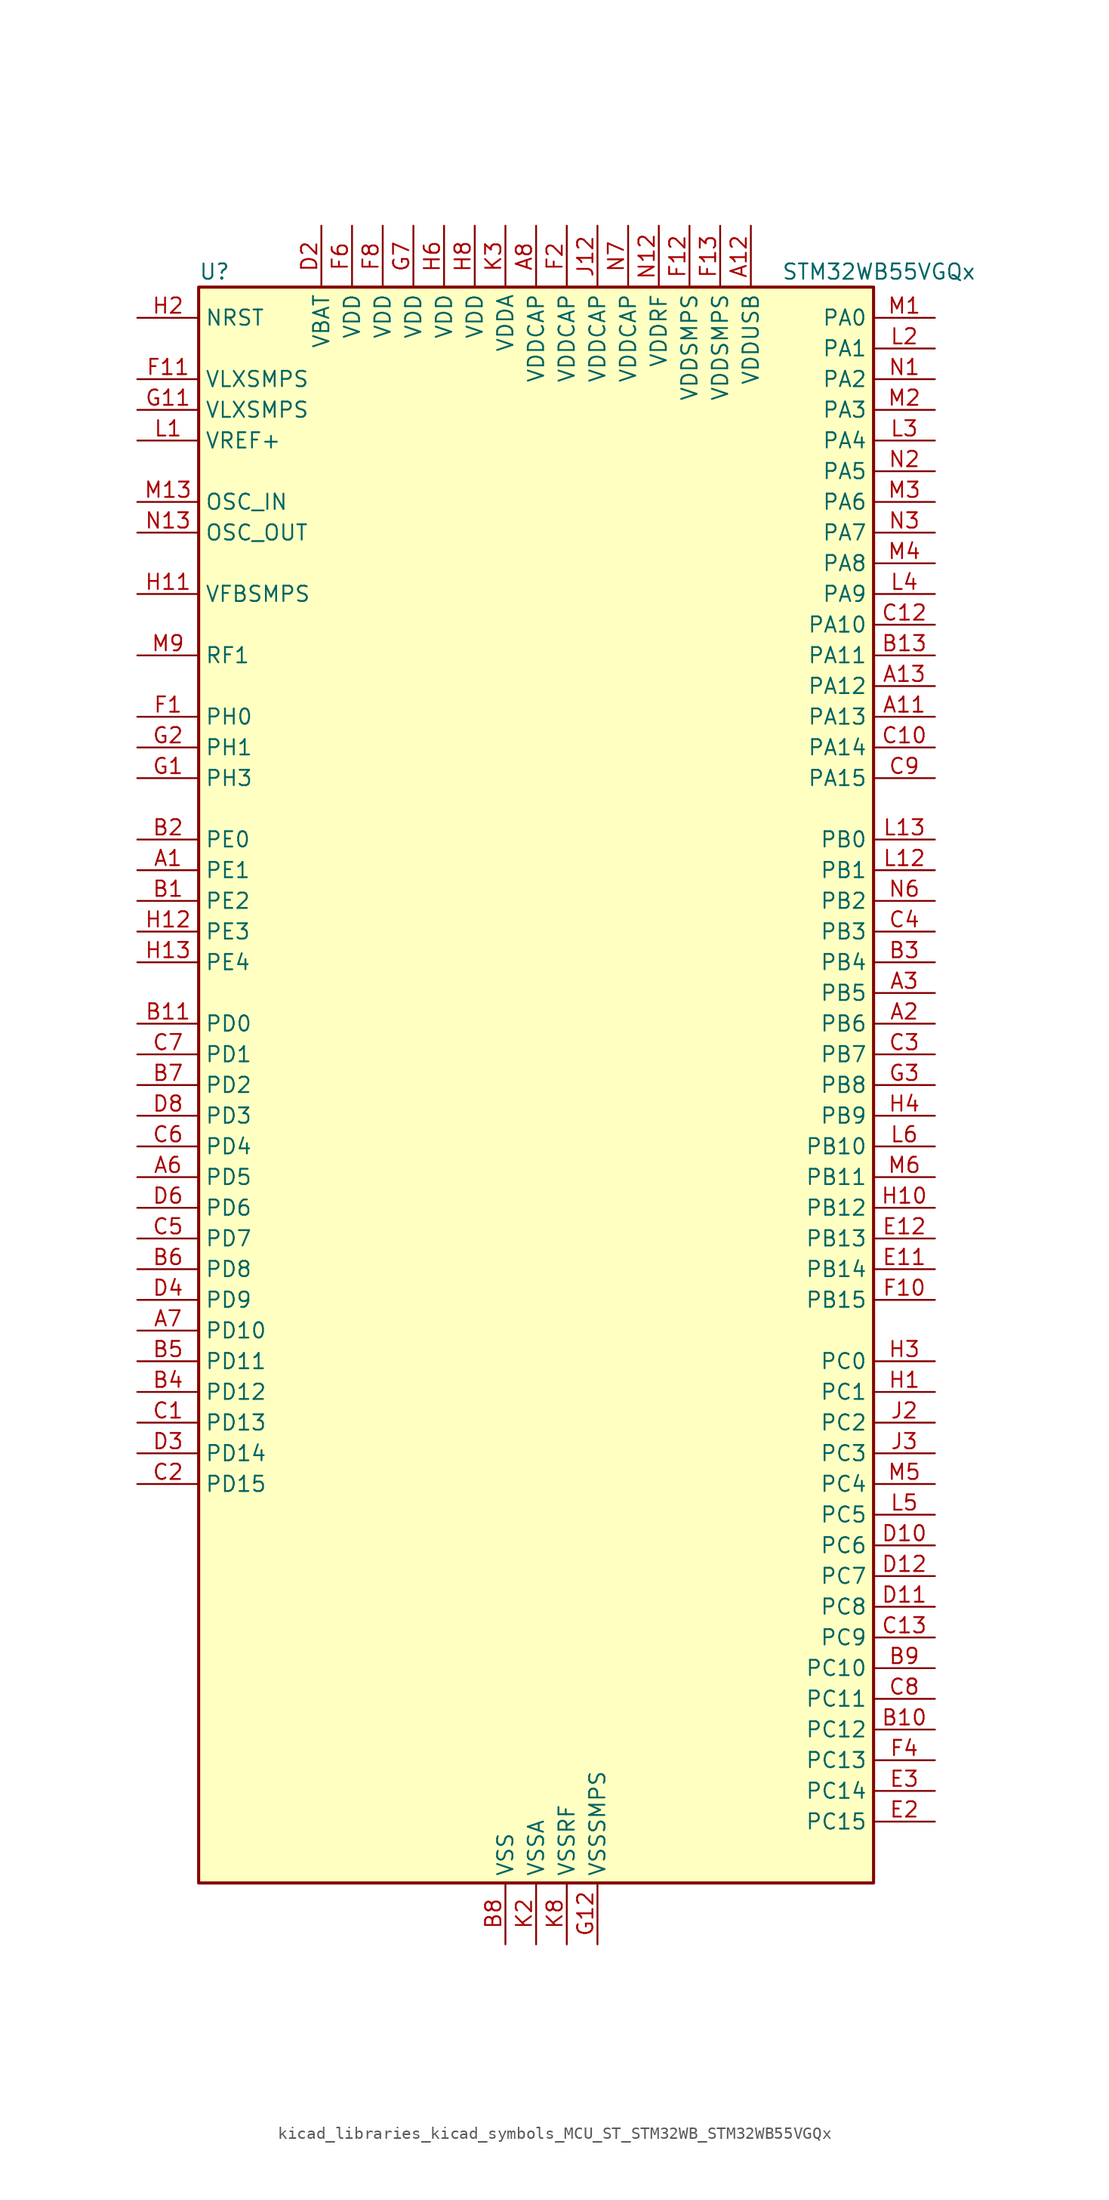
<source format=kicad_sym>
(kicad_symbol_lib
  (version 20220914)
  (generator kicad_symbol_editor)
  (symbol "kicad_libraries_kicad_symbols_MCU_ST_STM32WB_STM32WB55VGQx"
    (property "Reference" "U"
      (at -27.94 67.31 0)
      (effects (font (size 1.27 1.27)) (justify left)))
    (property "Value" "STM32WB55VGQx"
      (at 20.32 67.31 0)
      (effects (font (size 1.27 1.27)) (justify left)))
    (property "ki_locked" ""
      (at 0 0 0)
      (effects (font (size 1.27 1.27))))
    (symbol "kicad_libraries_kicad_symbols_MCU_ST_STM32WB_STM32WB55VGQx_0_1"
      (rectangle (start -27.94 -66.04) (end 27.94 66.04) (stroke (width 0.254) (type default)) (fill (type background))))
    (symbol "kicad_libraries_kicad_symbols_MCU_ST_STM32WB_STM32WB55VGQx_1_1"
      (pin bidirectional line (at -33.02 17.78 0) (length 5.08) (name "PE1" (effects (font (size 1.27 1.27)))) (number "A1" (effects (font (size 1.27 1.27)))) (alternate "LCD_SEG37" bidirectional line) (alternate "TIM17_CH1" bidirectional line) (alternate "TSC_G7_IO2" bidirectional line))
      (pin bidirectional line (at 33.02 30.48 180) (length 5.08) (name "PA13" (effects (font (size 1.27 1.27)))) (number "A11" (effects (font (size 1.27 1.27)))) (alternate "IR_OUT" bidirectional line) (alternate "SAI1_SD_B" bidirectional line) (alternate "SYS_JTMS-SWDIO" bidirectional line) (alternate "USB_NOE" bidirectional line))
      (pin power_in line (at 17.78 71.12 270) (length 5.08) (name "VDDUSB" (effects (font (size 1.27 1.27)))) (number "A12" (effects (font (size 1.27 1.27)))))
      (pin bidirectional line (at 33.02 33.02 180) (length 5.08) (name "PA12" (effects (font (size 1.27 1.27)))) (number "A13" (effects (font (size 1.27 1.27)))) (alternate "LPUART1_RX" bidirectional line) (alternate "SPI1_MOSI" bidirectional line) (alternate "TIM1_ETR" bidirectional line) (alternate "USART1_DE" bidirectional line) (alternate "USART1_RTS" bidirectional line) (alternate "USB_DP" bidirectional line))
      (pin bidirectional line (at 33.02 5.08 180) (length 5.08) (name "PB6" (effects (font (size 1.27 1.27)))) (number "A2" (effects (font (size 1.27 1.27)))) (alternate "COMP2_INP" bidirectional line) (alternate "I2C1_SCL" bidirectional line) (alternate "LCD_SEG6" bidirectional line) (alternate "LPTIM1_ETR" bidirectional line) (alternate "RCC_MCO" bidirectional line) (alternate "SAI1_FS_B" bidirectional line) (alternate "TIM16_CH1N" bidirectional line) (alternate "TSC_G2_IO3" bidirectional line) (alternate "USART1_TX" bidirectional line))
      (pin bidirectional line (at 33.02 7.62 180) (length 5.08) (name "PB5" (effects (font (size 1.27 1.27)))) (number "A3" (effects (font (size 1.27 1.27)))) (alternate "COMP2_OUT" bidirectional line) (alternate "I2C1_SMBA" bidirectional line) (alternate "LCD_SEG9" bidirectional line) (alternate "LPTIM1_IN1" bidirectional line) (alternate "LPUART1_TX" bidirectional line) (alternate "SAI1_SD_B" bidirectional line) (alternate "SPI1_MOSI" bidirectional line) (alternate "TIM16_BKIN" bidirectional line) (alternate "TSC_G2_IO2" bidirectional line) (alternate "USART1_CK" bidirectional line))
      (pin bidirectional line (at -33.02 -7.62 0) (length 5.08) (name "PD5" (effects (font (size 1.27 1.27)))) (number "A6" (effects (font (size 1.27 1.27)))) (alternate "QUADSPI_BK1_IO1" bidirectional line) (alternate "SAI1_MCLK_B" bidirectional line) (alternate "TSC_G5_IO2" bidirectional line))
      (pin bidirectional line (at -33.02 -20.32 0) (length 5.08) (name "PD10" (effects (font (size 1.27 1.27)))) (number "A7" (effects (font (size 1.27 1.27)))) (alternate "LCD_SEG30" bidirectional line) (alternate "SYS_TRIG_INOUT" bidirectional line) (alternate "TSC_G6_IO1" bidirectional line))
      (pin power_in line (at 0 71.12 270) (length 5.08) (name "VDDCAP" (effects (font (size 1.27 1.27)))) (number "A8" (effects (font (size 1.27 1.27)))))
      (pin bidirectional line (at -33.02 15.24 0) (length 5.08) (name "PE2" (effects (font (size 1.27 1.27)))) (number "B1" (effects (font (size 1.27 1.27)))) (alternate "LCD_SEG38" bidirectional line) (alternate "SAI1_CK1" bidirectional line) (alternate "SAI1_MCLK_A" bidirectional line) (alternate "SYS_TRACECLK" bidirectional line) (alternate "TSC_G7_IO1" bidirectional line))
      (pin bidirectional line (at 33.02 -53.34 180) (length 5.08) (name "PC12" (effects (font (size 1.27 1.27)))) (number "B10" (effects (font (size 1.27 1.27)))) (alternate "LCD_COM6" bidirectional line) (alternate "LCD_SEG30" bidirectional line) (alternate "LCD_SEG42" bidirectional line) (alternate "RCC_LSCO" bidirectional line) (alternate "RTC_TAMP3" bidirectional line) (alternate "SYS_TRACED3" bidirectional line) (alternate "SYS_WKUP3" bidirectional line) (alternate "TSC_G3_IO4" bidirectional line))
      (pin bidirectional line (at -33.02 5.08 0) (length 5.08) (name "PD0" (effects (font (size 1.27 1.27)))) (number "B11" (effects (font (size 1.27 1.27)))) (alternate "SPI2_NSS" bidirectional line))
      (pin passive line (at -2.54 -71.12 90) (length 5.08) hide (name "VSS" (effects (font (size 1.27 1.27)))) (number "B12" (effects (font (size 1.27 1.27)))))
      (pin bidirectional line (at 33.02 35.56 180) (length 5.08) (name "PA11" (effects (font (size 1.27 1.27)))) (number "B13" (effects (font (size 1.27 1.27)))) (alternate "ADC1_EXTI11" bidirectional line) (alternate "SPI1_MISO" bidirectional line) (alternate "TIM1_BKIN2" bidirectional line) (alternate "TIM1_CH4" bidirectional line) (alternate "USART1_CTS" bidirectional line) (alternate "USART1_NSS" bidirectional line) (alternate "USB_DM" bidirectional line))
      (pin bidirectional line (at -33.02 20.32 0) (length 5.08) (name "PE0" (effects (font (size 1.27 1.27)))) (number "B2" (effects (font (size 1.27 1.27)))) (alternate "LCD_SEG36" bidirectional line) (alternate "TIM16_CH1" bidirectional line) (alternate "TIM1_ETR" bidirectional line) (alternate "TSC_G7_IO3" bidirectional line))
      (pin bidirectional line (at 33.02 10.16 180) (length 5.08) (name "PB4" (effects (font (size 1.27 1.27)))) (number "B3" (effects (font (size 1.27 1.27)))) (alternate "COMP2_INP" bidirectional line) (alternate "I2C3_SDA" bidirectional line) (alternate "LCD_SEG8" bidirectional line) (alternate "SAI1_MCLK_B" bidirectional line) (alternate "SPI1_MISO" bidirectional line) (alternate "SYS_JTRST" bidirectional line) (alternate "TIM17_BKIN" bidirectional line) (alternate "TSC_G2_IO1" bidirectional line) (alternate "USART1_CTS" bidirectional line) (alternate "USART1_NSS" bidirectional line))
      (pin bidirectional line (at -33.02 -25.4 0) (length 5.08) (name "PD12" (effects (font (size 1.27 1.27)))) (number "B4" (effects (font (size 1.27 1.27)))) (alternate "LCD_SEG32" bidirectional line) (alternate "LPTIM2_IN1" bidirectional line) (alternate "TSC_G6_IO3" bidirectional line))
      (pin bidirectional line (at -33.02 -22.86 0) (length 5.08) (name "PD11" (effects (font (size 1.27 1.27)))) (number "B5" (effects (font (size 1.27 1.27)))) (alternate "ADC1_EXTI11" bidirectional line) (alternate "LCD_SEG31" bidirectional line) (alternate "LPTIM2_ETR" bidirectional line) (alternate "TSC_G6_IO2" bidirectional line))
      (pin bidirectional line (at -33.02 -15.24 0) (length 5.08) (name "PD8" (effects (font (size 1.27 1.27)))) (number "B6" (effects (font (size 1.27 1.27)))) (alternate "LCD_SEG28" bidirectional line) (alternate "TIM1_BKIN2" bidirectional line))
      (pin bidirectional line (at -33.02 0 0) (length 5.08) (name "PD2" (effects (font (size 1.27 1.27)))) (number "B7" (effects (font (size 1.27 1.27)))) (alternate "LCD_COM7" bidirectional line) (alternate "LCD_SEG31" bidirectional line) (alternate "LCD_SEG43" bidirectional line) (alternate "SYS_TRACED2" bidirectional line) (alternate "TSC_SYNC" bidirectional line))
      (pin power_in line (at -2.54 -71.12 90) (length 5.08) (name "VSS" (effects (font (size 1.27 1.27)))) (number "B8" (effects (font (size 1.27 1.27)))))
      (pin bidirectional line (at 33.02 -48.26 180) (length 5.08) (name "PC10" (effects (font (size 1.27 1.27)))) (number "B9" (effects (font (size 1.27 1.27)))) (alternate "LCD_COM4" bidirectional line) (alternate "LCD_SEG28" bidirectional line) (alternate "LCD_SEG40" bidirectional line) (alternate "SYS_TRACED1" bidirectional line) (alternate "TSC_G3_IO2" bidirectional line))
      (pin bidirectional line (at -33.02 -27.94 0) (length 5.08) (name "PD13" (effects (font (size 1.27 1.27)))) (number "C1" (effects (font (size 1.27 1.27)))) (alternate "LCD_SEG33" bidirectional line) (alternate "LPTIM2_OUT" bidirectional line) (alternate "TSC_G6_IO4" bidirectional line))
      (pin bidirectional line (at 33.02 27.94 180) (length 5.08) (name "PA14" (effects (font (size 1.27 1.27)))) (number "C10" (effects (font (size 1.27 1.27)))) (alternate "I2C1_SMBA" bidirectional line) (alternate "LCD_SEG5" bidirectional line) (alternate "LPTIM1_OUT" bidirectional line) (alternate "SAI1_FS_B" bidirectional line) (alternate "SYS_JTCK-SWCLK" bidirectional line))
      (pin passive line (at -2.54 -71.12 90) (length 5.08) hide (name "VSS" (effects (font (size 1.27 1.27)))) (number "C11" (effects (font (size 1.27 1.27)))))
      (pin bidirectional line (at 33.02 38.1 180) (length 5.08) (name "PA10" (effects (font (size 1.27 1.27)))) (number "C12" (effects (font (size 1.27 1.27)))) (alternate "CRS_SYNC" bidirectional line) (alternate "I2C1_SDA" bidirectional line) (alternate "LCD_COM2" bidirectional line) (alternate "SAI1_D1" bidirectional line) (alternate "SAI1_SD_A" bidirectional line) (alternate "TIM17_BKIN" bidirectional line) (alternate "TIM1_CH3" bidirectional line) (alternate "USART1_RX" bidirectional line))
      (pin bidirectional line (at 33.02 -45.72 180) (length 5.08) (name "PC9" (effects (font (size 1.27 1.27)))) (number "C13" (effects (font (size 1.27 1.27)))) (alternate "LCD_SEG27" bidirectional line) (alternate "SAI1_SCK_B" bidirectional line) (alternate "TIM1_BKIN" bidirectional line) (alternate "TSC_G4_IO4" bidirectional line) (alternate "USB_NOE" bidirectional line))
      (pin bidirectional line (at -33.02 -33.02 0) (length 5.08) (name "PD15" (effects (font (size 1.27 1.27)))) (number "C2" (effects (font (size 1.27 1.27)))) (alternate "ADC1_EXTI15" bidirectional line) (alternate "LCD_SEG35" bidirectional line) (alternate "TIM1_CH2" bidirectional line))
      (pin bidirectional line (at 33.02 2.54 180) (length 5.08) (name "PB7" (effects (font (size 1.27 1.27)))) (number "C3" (effects (font (size 1.27 1.27)))) (alternate "COMP2_INM" bidirectional line) (alternate "I2C1_SDA" bidirectional line) (alternate "LCD_SEG21" bidirectional line) (alternate "LPTIM1_IN2" bidirectional line) (alternate "SYS_PVD_IN" bidirectional line) (alternate "TIM17_CH1N" bidirectional line) (alternate "TIM1_BKIN" bidirectional line) (alternate "TSC_G2_IO4" bidirectional line) (alternate "USART1_RX" bidirectional line))
      (pin bidirectional line (at 33.02 12.7 180) (length 5.08) (name "PB3" (effects (font (size 1.27 1.27)))) (number "C4" (effects (font (size 1.27 1.27)))) (alternate "COMP2_INM" bidirectional line) (alternate "LCD_SEG7" bidirectional line) (alternate "SAI1_SCK_B" bidirectional line) (alternate "SPI1_SCK" bidirectional line) (alternate "SYS_JTDO-SWO" bidirectional line) (alternate "TIM2_CH2" bidirectional line) (alternate "USART1_DE" bidirectional line) (alternate "USART1_RTS" bidirectional line))
      (pin bidirectional line (at -33.02 -12.7 0) (length 5.08) (name "PD7" (effects (font (size 1.27 1.27)))) (number "C5" (effects (font (size 1.27 1.27)))) (alternate "LCD_SEG39" bidirectional line) (alternate "QUADSPI_BK1_IO3" bidirectional line) (alternate "TSC_G5_IO4" bidirectional line))
      (pin bidirectional line (at -33.02 -5.08 0) (length 5.08) (name "PD4" (effects (font (size 1.27 1.27)))) (number "C6" (effects (font (size 1.27 1.27)))) (alternate "QUADSPI_BK1_IO0" bidirectional line) (alternate "SPI2_MOSI" bidirectional line) (alternate "TSC_G5_IO1" bidirectional line))
      (pin bidirectional line (at -33.02 2.54 0) (length 5.08) (name "PD1" (effects (font (size 1.27 1.27)))) (number "C7" (effects (font (size 1.27 1.27)))) (alternate "SPI2_SCK" bidirectional line))
      (pin bidirectional line (at 33.02 -50.8 180) (length 5.08) (name "PC11" (effects (font (size 1.27 1.27)))) (number "C8" (effects (font (size 1.27 1.27)))) (alternate "ADC1_EXTI11" bidirectional line) (alternate "LCD_COM5" bidirectional line) (alternate "LCD_SEG29" bidirectional line) (alternate "LCD_SEG41" bidirectional line) (alternate "TSC_G3_IO3" bidirectional line))
      (pin bidirectional line (at 33.02 25.4 180) (length 5.08) (name "PA15" (effects (font (size 1.27 1.27)))) (number "C9" (effects (font (size 1.27 1.27)))) (alternate "ADC1_EXTI15" bidirectional line) (alternate "LCD_SEG17" bidirectional line) (alternate "RCC_MCO" bidirectional line) (alternate "SPI1_NSS" bidirectional line) (alternate "SYS_JTDI" bidirectional line) (alternate "TIM2_CH1" bidirectional line) (alternate "TIM2_ETR" bidirectional line) (alternate "TSC_G3_IO1" bidirectional line))
      (pin bidirectional line (at 33.02 -38.1 180) (length 5.08) (name "PC6" (effects (font (size 1.27 1.27)))) (number "D10" (effects (font (size 1.27 1.27)))) (alternate "LCD_SEG24" bidirectional line) (alternate "TSC_G4_IO1" bidirectional line))
      (pin bidirectional line (at 33.02 -43.18 180) (length 5.08) (name "PC8" (effects (font (size 1.27 1.27)))) (number "D11" (effects (font (size 1.27 1.27)))) (alternate "LCD_SEG26" bidirectional line) (alternate "TSC_G4_IO3" bidirectional line))
      (pin bidirectional line (at 33.02 -40.64 180) (length 5.08) (name "PC7" (effects (font (size 1.27 1.27)))) (number "D12" (effects (font (size 1.27 1.27)))) (alternate "LCD_SEG25" bidirectional line) (alternate "TSC_G4_IO2" bidirectional line))
      (pin power_in line (at -17.78 71.12 270) (length 5.08) (name "VBAT" (effects (font (size 1.27 1.27)))) (number "D2" (effects (font (size 1.27 1.27)))))
      (pin bidirectional line (at -33.02 -30.48 0) (length 5.08) (name "PD14" (effects (font (size 1.27 1.27)))) (number "D3" (effects (font (size 1.27 1.27)))) (alternate "LCD_SEG34" bidirectional line) (alternate "TIM1_CH1" bidirectional line))
      (pin bidirectional line (at -33.02 -17.78 0) (length 5.08) (name "PD9" (effects (font (size 1.27 1.27)))) (number "D4" (effects (font (size 1.27 1.27)))) (alternate "LCD_SEG29" bidirectional line) (alternate "SYS_TRACED0" bidirectional line))
      (pin bidirectional line (at -33.02 -10.16 0) (length 5.08) (name "PD6" (effects (font (size 1.27 1.27)))) (number "D6" (effects (font (size 1.27 1.27)))) (alternate "QUADSPI_BK1_IO2" bidirectional line) (alternate "SAI1_D1" bidirectional line) (alternate "SAI1_SD_A" bidirectional line) (alternate "TSC_G5_IO3" bidirectional line))
      (pin bidirectional line (at -33.02 -2.54 0) (length 5.08) (name "PD3" (effects (font (size 1.27 1.27)))) (number "D8" (effects (font (size 1.27 1.27)))) (alternate "QUADSPI_BK1_NCS" bidirectional line) (alternate "SPI2_MISO" bidirectional line) (alternate "SPI2_SCK" bidirectional line))
      (pin bidirectional line (at 33.02 -15.24 180) (length 5.08) (name "PB14" (effects (font (size 1.27 1.27)))) (number "E11" (effects (font (size 1.27 1.27)))) (alternate "I2C3_SDA" bidirectional line) (alternate "LCD_SEG14" bidirectional line) (alternate "SAI1_MCLK_A" bidirectional line) (alternate "SPI2_MISO" bidirectional line) (alternate "TIM1_CH2N" bidirectional line) (alternate "TSC_G1_IO3" bidirectional line))
      (pin bidirectional line (at 33.02 -12.7 180) (length 5.08) (name "PB13" (effects (font (size 1.27 1.27)))) (number "E12" (effects (font (size 1.27 1.27)))) (alternate "I2C3_SCL" bidirectional line) (alternate "LCD_SEG13" bidirectional line) (alternate "LPUART1_CTS" bidirectional line) (alternate "SAI1_SCK_A" bidirectional line) (alternate "SPI2_SCK" bidirectional line) (alternate "TIM1_CH1N" bidirectional line) (alternate "TSC_G1_IO2" bidirectional line))
      (pin bidirectional line (at 33.02 -60.96 180) (length 5.08) (name "PC15" (effects (font (size 1.27 1.27)))) (number "E2" (effects (font (size 1.27 1.27)))) (alternate "ADC1_EXTI15" bidirectional line) (alternate "RCC_OSC32_OUT" bidirectional line))
      (pin bidirectional line (at 33.02 -58.42 180) (length 5.08) (name "PC14" (effects (font (size 1.27 1.27)))) (number "E3" (effects (font (size 1.27 1.27)))) (alternate "RCC_OSC32_IN" bidirectional line))
      (pin passive line (at -2.54 -71.12 90) (length 5.08) hide (name "VSS" (effects (font (size 1.27 1.27)))) (number "E5" (effects (font (size 1.27 1.27)))))
      (pin passive line (at -2.54 -71.12 90) (length 5.08) hide (name "VSS" (effects (font (size 1.27 1.27)))) (number "E7" (effects (font (size 1.27 1.27)))))
      (pin passive line (at -2.54 -71.12 90) (length 5.08) hide (name "VSS" (effects (font (size 1.27 1.27)))) (number "E9" (effects (font (size 1.27 1.27)))))
      (pin bidirectional line (at -33.02 30.48 0) (length 5.08) (name "PH0" (effects (font (size 1.27 1.27)))) (number "F1" (effects (font (size 1.27 1.27)))))
      (pin bidirectional line (at 33.02 -17.78 180) (length 5.08) (name "PB15" (effects (font (size 1.27 1.27)))) (number "F10" (effects (font (size 1.27 1.27)))) (alternate "ADC1_EXTI15" bidirectional line) (alternate "LCD_SEG15" bidirectional line) (alternate "RTC_REFIN" bidirectional line) (alternate "SAI1_SD_A" bidirectional line) (alternate "SPI2_MOSI" bidirectional line) (alternate "TIM1_CH3N" bidirectional line) (alternate "TSC_G1_IO4" bidirectional line))
      (pin power_in line (at -33.02 58.42 0) (length 5.08) (name "VLXSMPS" (effects (font (size 1.27 1.27)))) (number "F11" (effects (font (size 1.27 1.27)))))
      (pin power_in line (at 12.7 71.12 270) (length 5.08) (name "VDDSMPS" (effects (font (size 1.27 1.27)))) (number "F12" (effects (font (size 1.27 1.27)))))
      (pin power_in line (at 15.24 71.12 270) (length 5.08) (name "VDDSMPS" (effects (font (size 1.27 1.27)))) (number "F13" (effects (font (size 1.27 1.27)))))
      (pin power_in line (at 2.54 71.12 270) (length 5.08) (name "VDDCAP" (effects (font (size 1.27 1.27)))) (number "F2" (effects (font (size 1.27 1.27)))))
      (pin passive line (at -2.54 -71.12 90) (length 5.08) hide (name "VSS" (effects (font (size 1.27 1.27)))) (number "F3" (effects (font (size 1.27 1.27)))))
      (pin bidirectional line (at 33.02 -55.88 180) (length 5.08) (name "PC13" (effects (font (size 1.27 1.27)))) (number "F4" (effects (font (size 1.27 1.27)))) (alternate "RTC_OUT1" bidirectional line) (alternate "RTC_TAMP1" bidirectional line) (alternate "RTC_TS" bidirectional line) (alternate "SYS_WKUP2" bidirectional line))
      (pin power_in line (at -15.24 71.12 270) (length 5.08) (name "VDD" (effects (font (size 1.27 1.27)))) (number "F6" (effects (font (size 1.27 1.27)))))
      (pin power_in line (at -12.7 71.12 270) (length 5.08) (name "VDD" (effects (font (size 1.27 1.27)))) (number "F8" (effects (font (size 1.27 1.27)))))
      (pin bidirectional line (at -33.02 25.4 0) (length 5.08) (name "PH3" (effects (font (size 1.27 1.27)))) (number "G1" (effects (font (size 1.27 1.27)))) (alternate "RCC_LSCO" bidirectional line))
      (pin power_in line (at -33.02 55.88 0) (length 5.08) (name "VLXSMPS" (effects (font (size 1.27 1.27)))) (number "G11" (effects (font (size 1.27 1.27)))))
      (pin power_in line (at 5.08 -71.12 90) (length 5.08) (name "VSSSMPS" (effects (font (size 1.27 1.27)))) (number "G12" (effects (font (size 1.27 1.27)))))
      (pin passive line (at 5.08 -71.12 90) (length 5.08) hide (name "VSSSMPS" (effects (font (size 1.27 1.27)))) (number "G13" (effects (font (size 1.27 1.27)))))
      (pin bidirectional line (at -33.02 27.94 0) (length 5.08) (name "PH1" (effects (font (size 1.27 1.27)))) (number "G2" (effects (font (size 1.27 1.27)))))
      (pin bidirectional line (at 33.02 0 180) (length 5.08) (name "PB8" (effects (font (size 1.27 1.27)))) (number "G3" (effects (font (size 1.27 1.27)))) (alternate "I2C1_SCL" bidirectional line) (alternate "LCD_SEG16" bidirectional line) (alternate "QUADSPI_BK1_IO1" bidirectional line) (alternate "SAI1_CK1" bidirectional line) (alternate "SAI1_MCLK_A" bidirectional line) (alternate "TIM16_CH1" bidirectional line) (alternate "TIM1_CH2N" bidirectional line))
      (pin passive line (at -2.54 -71.12 90) (length 5.08) hide (name "VSS" (effects (font (size 1.27 1.27)))) (number "G5" (effects (font (size 1.27 1.27)))))
      (pin power_in line (at -10.16 71.12 270) (length 5.08) (name "VDD" (effects (font (size 1.27 1.27)))) (number "G7" (effects (font (size 1.27 1.27)))))
      (pin passive line (at -2.54 -71.12 90) (length 5.08) hide (name "VSS" (effects (font (size 1.27 1.27)))) (number "G9" (effects (font (size 1.27 1.27)))))
      (pin bidirectional line (at 33.02 -25.4 180) (length 5.08) (name "PC1" (effects (font (size 1.27 1.27)))) (number "H1" (effects (font (size 1.27 1.27)))) (alternate "ADC1_IN2" bidirectional line) (alternate "I2C3_SDA" bidirectional line) (alternate "LCD_SEG19" bidirectional line) (alternate "LPTIM1_OUT" bidirectional line) (alternate "LPUART1_TX" bidirectional line) (alternate "SPI2_MOSI" bidirectional line))
      (pin bidirectional line (at 33.02 -10.16 180) (length 5.08) (name "PB12" (effects (font (size 1.27 1.27)))) (number "H10" (effects (font (size 1.27 1.27)))) (alternate "I2C3_SMBA" bidirectional line) (alternate "LCD_SEG12" bidirectional line) (alternate "LPUART1_DE" bidirectional line) (alternate "LPUART1_RTS" bidirectional line) (alternate "SAI1_FS_A" bidirectional line) (alternate "SPI2_NSS" bidirectional line) (alternate "TIM1_BKIN" bidirectional line) (alternate "TSC_G1_IO1" bidirectional line))
      (pin input line (at -33.02 40.64 0) (length 5.08) (name "VFBSMPS" (effects (font (size 1.27 1.27)))) (number "H11" (effects (font (size 1.27 1.27)))))
      (pin bidirectional line (at -33.02 12.7 0) (length 5.08) (name "PE3" (effects (font (size 1.27 1.27)))) (number "H12" (effects (font (size 1.27 1.27)))))
      (pin bidirectional line (at -33.02 10.16 0) (length 5.08) (name "PE4" (effects (font (size 1.27 1.27)))) (number "H13" (effects (font (size 1.27 1.27)))))
      (pin input line (at -33.02 63.5 0) (length 5.08) (name "NRST" (effects (font (size 1.27 1.27)))) (number "H2" (effects (font (size 1.27 1.27)))))
      (pin bidirectional line (at 33.02 -22.86 180) (length 5.08) (name "PC0" (effects (font (size 1.27 1.27)))) (number "H3" (effects (font (size 1.27 1.27)))) (alternate "ADC1_IN1" bidirectional line) (alternate "I2C3_SCL" bidirectional line) (alternate "LCD_SEG18" bidirectional line) (alternate "LPTIM1_IN1" bidirectional line) (alternate "LPTIM2_IN1" bidirectional line) (alternate "LPUART1_RX" bidirectional line))
      (pin bidirectional line (at 33.02 -2.54 180) (length 5.08) (name "PB9" (effects (font (size 1.27 1.27)))) (number "H4" (effects (font (size 1.27 1.27)))) (alternate "I2C1_SDA" bidirectional line) (alternate "IR_OUT" bidirectional line) (alternate "LCD_COM3" bidirectional line) (alternate "QUADSPI_BK1_IO0" bidirectional line) (alternate "SAI1_D2" bidirectional line) (alternate "SAI1_FS_A" bidirectional line) (alternate "SPI2_NSS" bidirectional line) (alternate "TIM17_CH1" bidirectional line) (alternate "TIM1_CH3N" bidirectional line) (alternate "TSC_G7_IO4" bidirectional line))
      (pin power_in line (at -7.62 71.12 270) (length 5.08) (name "VDD" (effects (font (size 1.27 1.27)))) (number "H6" (effects (font (size 1.27 1.27)))))
      (pin power_in line (at -5.08 71.12 270) (length 5.08) (name "VDD" (effects (font (size 1.27 1.27)))) (number "H8" (effects (font (size 1.27 1.27)))))
      (pin passive line (at -2.54 -71.12 90) (length 5.08) hide (name "VSS" (effects (font (size 1.27 1.27)))) (number "J11" (effects (font (size 1.27 1.27)))))
      (pin power_in line (at 5.08 71.12 270) (length 5.08) (name "VDDCAP" (effects (font (size 1.27 1.27)))) (number "J12" (effects (font (size 1.27 1.27)))))
      (pin bidirectional line (at 33.02 -27.94 180) (length 5.08) (name "PC2" (effects (font (size 1.27 1.27)))) (number "J2" (effects (font (size 1.27 1.27)))) (alternate "ADC1_IN3" bidirectional line) (alternate "LCD_SEG20" bidirectional line) (alternate "LPTIM1_IN2" bidirectional line) (alternate "SPI2_MISO" bidirectional line))
      (pin bidirectional line (at 33.02 -30.48 180) (length 5.08) (name "PC3" (effects (font (size 1.27 1.27)))) (number "J3" (effects (font (size 1.27 1.27)))) (alternate "ADC1_IN4" bidirectional line) (alternate "LCD_VLCD" bidirectional line) (alternate "LPTIM1_ETR" bidirectional line) (alternate "LPTIM2_ETR" bidirectional line) (alternate "SAI1_D1" bidirectional line) (alternate "SAI1_SD_A" bidirectional line) (alternate "SPI2_MOSI" bidirectional line))
      (pin passive line (at -2.54 -71.12 90) (length 5.08) hide (name "VSS" (effects (font (size 1.27 1.27)))) (number "J5" (effects (font (size 1.27 1.27)))))
      (pin passive line (at -2.54 -71.12 90) (length 5.08) hide (name "VSS" (effects (font (size 1.27 1.27)))) (number "J7" (effects (font (size 1.27 1.27)))))
      (pin passive line (at -2.54 -71.12 90) (length 5.08) hide (name "VSS" (effects (font (size 1.27 1.27)))) (number "J9" (effects (font (size 1.27 1.27)))))
      (pin passive line (at 2.54 -71.12 90) (length 5.08) hide (name "VSSRF" (effects (font (size 1.27 1.27)))) (number "K10" (effects (font (size 1.27 1.27)))))
      (pin no_connect line (at -27.94 -66.04 0) (length 5.08) hide (name "AT0" (effects (font (size 1.27 1.27)))) (number "K11" (effects (font (size 1.27 1.27)))))
      (pin no_connect line (at -27.94 -63.5 0) (length 5.08) hide (name "AT1" (effects (font (size 1.27 1.27)))) (number "K12" (effects (font (size 1.27 1.27)))))
      (pin power_in line (at 0 -71.12 90) (length 5.08) (name "VSSA" (effects (font (size 1.27 1.27)))) (number "K2" (effects (font (size 1.27 1.27)))))
      (pin power_in line (at -2.54 71.12 270) (length 5.08) (name "VDDA" (effects (font (size 1.27 1.27)))) (number "K3" (effects (font (size 1.27 1.27)))))
      (pin passive line (at -2.54 -71.12 90) (length 5.08) hide (name "VSS" (effects (font (size 1.27 1.27)))) (number "K4" (effects (font (size 1.27 1.27)))))
      (pin passive line (at -2.54 -71.12 90) (length 5.08) hide (name "VSS" (effects (font (size 1.27 1.27)))) (number "K6" (effects (font (size 1.27 1.27)))))
      (pin power_in line (at 2.54 -71.12 90) (length 5.08) (name "VSSRF" (effects (font (size 1.27 1.27)))) (number "K8" (effects (font (size 1.27 1.27)))))
      (pin input line (at -33.02 53.34 0) (length 5.08) (name "VREF+" (effects (font (size 1.27 1.27)))) (number "L1" (effects (font (size 1.27 1.27)))) (alternate "VREFBUF_OUT" bidirectional line))
      (pin passive line (at 2.54 -71.12 90) (length 5.08) hide (name "VSSRF" (effects (font (size 1.27 1.27)))) (number "L10" (effects (font (size 1.27 1.27)))))
      (pin passive line (at 2.54 -71.12 90) (length 5.08) hide (name "VSSRF" (effects (font (size 1.27 1.27)))) (number "L11" (effects (font (size 1.27 1.27)))))
      (pin bidirectional line (at 33.02 17.78 180) (length 5.08) (name "PB1" (effects (font (size 1.27 1.27)))) (number "L12" (effects (font (size 1.27 1.27)))) (alternate "LPTIM2_IN1" bidirectional line) (alternate "LPUART1_DE" bidirectional line) (alternate "LPUART1_RTS" bidirectional line))
      (pin bidirectional line (at 33.02 20.32 180) (length 5.08) (name "PB0" (effects (font (size 1.27 1.27)))) (number "L13" (effects (font (size 1.27 1.27)))) (alternate "COMP1_OUT" bidirectional line) (alternate "RF_TX_MOD_EXT_PA" bidirectional line))
      (pin bidirectional line (at 33.02 60.96 180) (length 5.08) (name "PA1" (effects (font (size 1.27 1.27)))) (number "L2" (effects (font (size 1.27 1.27)))) (alternate "ADC1_IN6" bidirectional line) (alternate "COMP1_INP" bidirectional line) (alternate "I2C1_SMBA" bidirectional line) (alternate "LCD_SEG0" bidirectional line) (alternate "SPI1_SCK" bidirectional line) (alternate "TIM2_CH2" bidirectional line))
      (pin bidirectional line (at 33.02 53.34 180) (length 5.08) (name "PA4" (effects (font (size 1.27 1.27)))) (number "L3" (effects (font (size 1.27 1.27)))) (alternate "ADC1_IN9" bidirectional line) (alternate "COMP1_INM" bidirectional line) (alternate "COMP2_INM" bidirectional line) (alternate "LCD_SEG5" bidirectional line) (alternate "LPTIM2_OUT" bidirectional line) (alternate "SAI1_FS_B" bidirectional line) (alternate "SPI1_NSS" bidirectional line))
      (pin bidirectional line (at 33.02 40.64 180) (length 5.08) (name "PA9" (effects (font (size 1.27 1.27)))) (number "L4" (effects (font (size 1.27 1.27)))) (alternate "ADC1_IN16" bidirectional line) (alternate "COMP1_INM" bidirectional line) (alternate "I2C1_SCL" bidirectional line) (alternate "LCD_COM1" bidirectional line) (alternate "SAI1_D2" bidirectional line) (alternate "SAI1_FS_A" bidirectional line) (alternate "SPI2_SCK" bidirectional line) (alternate "TIM1_CH2" bidirectional line) (alternate "USART1_TX" bidirectional line))
      (pin bidirectional line (at 33.02 -35.56 180) (length 5.08) (name "PC5" (effects (font (size 1.27 1.27)))) (number "L5" (effects (font (size 1.27 1.27)))) (alternate "ADC1_IN14" bidirectional line) (alternate "COMP1_INP" bidirectional line) (alternate "LCD_SEG23" bidirectional line) (alternate "SAI1_D3" bidirectional line) (alternate "SYS_WKUP5" bidirectional line))
      (pin bidirectional line (at 33.02 -5.08 180) (length 5.08) (name "PB10" (effects (font (size 1.27 1.27)))) (number "L6" (effects (font (size 1.27 1.27)))) (alternate "COMP1_OUT" bidirectional line) (alternate "I2C3_SCL" bidirectional line) (alternate "LCD_SEG10" bidirectional line) (alternate "LPUART1_RX" bidirectional line) (alternate "QUADSPI_CLK" bidirectional line) (alternate "SAI1_SCK_A" bidirectional line) (alternate "SPI2_SCK" bidirectional line) (alternate "TIM2_CH3" bidirectional line) (alternate "TSC_SYNC" bidirectional line))
      (pin passive line (at 2.54 -71.12 90) (length 5.08) hide (name "VSSRF" (effects (font (size 1.27 1.27)))) (number "L7" (effects (font (size 1.27 1.27)))))
      (pin passive line (at 2.54 -71.12 90) (length 5.08) hide (name "VSSRF" (effects (font (size 1.27 1.27)))) (number "L8" (effects (font (size 1.27 1.27)))))
      (pin passive line (at 2.54 -71.12 90) (length 5.08) hide (name "VSSRF" (effects (font (size 1.27 1.27)))) (number "L9" (effects (font (size 1.27 1.27)))))
      (pin bidirectional line (at 33.02 63.5 180) (length 5.08) (name "PA0" (effects (font (size 1.27 1.27)))) (number "M1" (effects (font (size 1.27 1.27)))) (alternate "ADC1_IN5" bidirectional line) (alternate "COMP1_INM" bidirectional line) (alternate "COMP1_OUT" bidirectional line) (alternate "RTC_TAMP2" bidirectional line) (alternate "SAI1_EXTCLK" bidirectional line) (alternate "SYS_WKUP1" bidirectional line) (alternate "TIM2_CH1" bidirectional line) (alternate "TIM2_ETR" bidirectional line))
      (pin passive line (at 2.54 -71.12 90) (length 5.08) hide (name "VSSRF" (effects (font (size 1.27 1.27)))) (number "M10" (effects (font (size 1.27 1.27)))))
      (pin passive line (at 2.54 -71.12 90) (length 5.08) hide (name "VSSRF" (effects (font (size 1.27 1.27)))) (number "M11" (effects (font (size 1.27 1.27)))))
      (pin passive line (at 2.54 -71.12 90) (length 5.08) hide (name "VSSRF" (effects (font (size 1.27 1.27)))) (number "M12" (effects (font (size 1.27 1.27)))))
      (pin input line (at -33.02 48.26 0) (length 5.08) (name "OSC_IN" (effects (font (size 1.27 1.27)))) (number "M13" (effects (font (size 1.27 1.27)))) (alternate "RCC_OSC_IN" bidirectional line))
      (pin bidirectional line (at 33.02 55.88 180) (length 5.08) (name "PA3" (effects (font (size 1.27 1.27)))) (number "M2" (effects (font (size 1.27 1.27)))) (alternate "ADC1_IN8" bidirectional line) (alternate "COMP2_INP" bidirectional line) (alternate "LCD_SEG2" bidirectional line) (alternate "LPUART1_RX" bidirectional line) (alternate "QUADSPI_CLK" bidirectional line) (alternate "SAI1_CK1" bidirectional line) (alternate "SAI1_MCLK_A" bidirectional line) (alternate "TIM2_CH4" bidirectional line))
      (pin bidirectional line (at 33.02 48.26 180) (length 5.08) (name "PA6" (effects (font (size 1.27 1.27)))) (number "M3" (effects (font (size 1.27 1.27)))) (alternate "ADC1_IN11" bidirectional line) (alternate "LCD_SEG3" bidirectional line) (alternate "LPUART1_CTS" bidirectional line) (alternate "QUADSPI_BK1_IO3" bidirectional line) (alternate "SPI1_MISO" bidirectional line) (alternate "TIM16_CH1" bidirectional line) (alternate "TIM1_BKIN" bidirectional line))
      (pin bidirectional line (at 33.02 43.18 180) (length 5.08) (name "PA8" (effects (font (size 1.27 1.27)))) (number "M4" (effects (font (size 1.27 1.27)))) (alternate "ADC1_IN15" bidirectional line) (alternate "LCD_COM0" bidirectional line) (alternate "LPTIM2_OUT" bidirectional line) (alternate "RCC_MCO" bidirectional line) (alternate "SAI1_CK2" bidirectional line) (alternate "SAI1_SCK_A" bidirectional line) (alternate "TIM1_CH1" bidirectional line) (alternate "USART1_CK" bidirectional line))
      (pin bidirectional line (at 33.02 -33.02 180) (length 5.08) (name "PC4" (effects (font (size 1.27 1.27)))) (number "M5" (effects (font (size 1.27 1.27)))) (alternate "ADC1_IN13" bidirectional line) (alternate "COMP1_INM" bidirectional line) (alternate "LCD_SEG22" bidirectional line))
      (pin bidirectional line (at 33.02 -7.62 180) (length 5.08) (name "PB11" (effects (font (size 1.27 1.27)))) (number "M6" (effects (font (size 1.27 1.27)))) (alternate "ADC1_EXTI11" bidirectional line) (alternate "COMP2_OUT" bidirectional line) (alternate "I2C3_SDA" bidirectional line) (alternate "LCD_SEG11" bidirectional line) (alternate "LPUART1_TX" bidirectional line) (alternate "QUADSPI_BK1_NCS" bidirectional line) (alternate "TIM2_CH4" bidirectional line))
      (pin passive line (at -2.54 -71.12 90) (length 5.08) hide (name "VSS" (effects (font (size 1.27 1.27)))) (number "M7" (effects (font (size 1.27 1.27)))))
      (pin passive line (at 2.54 -71.12 90) (length 5.08) hide (name "VSSRF" (effects (font (size 1.27 1.27)))) (number "M8" (effects (font (size 1.27 1.27)))))
      (pin bidirectional line (at -33.02 35.56 0) (length 5.08) (name "RF1" (effects (font (size 1.27 1.27)))) (number "M9" (effects (font (size 1.27 1.27)))) (alternate "RF_RF1" bidirectional line))
      (pin bidirectional line (at 33.02 58.42 180) (length 5.08) (name "PA2" (effects (font (size 1.27 1.27)))) (number "N1" (effects (font (size 1.27 1.27)))) (alternate "ADC1_IN7" bidirectional line) (alternate "COMP2_INM" bidirectional line) (alternate "COMP2_OUT" bidirectional line) (alternate "LCD_SEG1" bidirectional line) (alternate "LPUART1_TX" bidirectional line) (alternate "QUADSPI_BK1_NCS" bidirectional line) (alternate "RCC_LSCO" bidirectional line) (alternate "SYS_WKUP4" bidirectional line) (alternate "TIM2_CH3" bidirectional line))
      (pin passive line (at 2.54 -71.12 90) (length 5.08) hide (name "VSSRF" (effects (font (size 1.27 1.27)))) (number "N11" (effects (font (size 1.27 1.27)))))
      (pin power_in line (at 10.16 71.12 270) (length 5.08) (name "VDDRF" (effects (font (size 1.27 1.27)))) (number "N12" (effects (font (size 1.27 1.27)))))
      (pin input line (at -33.02 45.72 0) (length 5.08) (name "OSC_OUT" (effects (font (size 1.27 1.27)))) (number "N13" (effects (font (size 1.27 1.27)))) (alternate "RCC_OSC_OUT" bidirectional line))
      (pin bidirectional line (at 33.02 50.8 180) (length 5.08) (name "PA5" (effects (font (size 1.27 1.27)))) (number "N2" (effects (font (size 1.27 1.27)))) (alternate "ADC1_IN10" bidirectional line) (alternate "COMP1_INM" bidirectional line) (alternate "COMP2_INM" bidirectional line) (alternate "LPTIM2_ETR" bidirectional line) (alternate "SAI1_SD_B" bidirectional line) (alternate "SPI1_SCK" bidirectional line) (alternate "TIM2_CH1" bidirectional line) (alternate "TIM2_ETR" bidirectional line))
      (pin bidirectional line (at 33.02 45.72 180) (length 5.08) (name "PA7" (effects (font (size 1.27 1.27)))) (number "N3" (effects (font (size 1.27 1.27)))) (alternate "ADC1_IN12" bidirectional line) (alternate "COMP2_OUT" bidirectional line) (alternate "I2C3_SCL" bidirectional line) (alternate "LCD_SEG4" bidirectional line) (alternate "QUADSPI_BK1_IO2" bidirectional line) (alternate "SPI1_MOSI" bidirectional line) (alternate "TIM17_CH1" bidirectional line) (alternate "TIM1_CH1N" bidirectional line))
      (pin bidirectional line (at 33.02 15.24 180) (length 5.08) (name "PB2" (effects (font (size 1.27 1.27)))) (number "N6" (effects (font (size 1.27 1.27)))) (alternate "COMP1_INP" bidirectional line) (alternate "I2C3_SMBA" bidirectional line) (alternate "LCD_VLCD" bidirectional line) (alternate "LPTIM1_OUT" bidirectional line) (alternate "RTC_OUT2" bidirectional line) (alternate "SAI1_EXTCLK" bidirectional line) (alternate "SPI1_NSS" bidirectional line))
      (pin power_in line (at 7.62 71.12 270) (length 5.08) (name "VDDCAP" (effects (font (size 1.27 1.27)))) (number "N7" (effects (font (size 1.27 1.27)))))
      (pin passive line (at 2.54 -71.12 90) (length 5.08) hide (name "VSSRF" (effects (font (size 1.27 1.27)))) (number "N8" (effects (font (size 1.27 1.27))))))))
</source>
